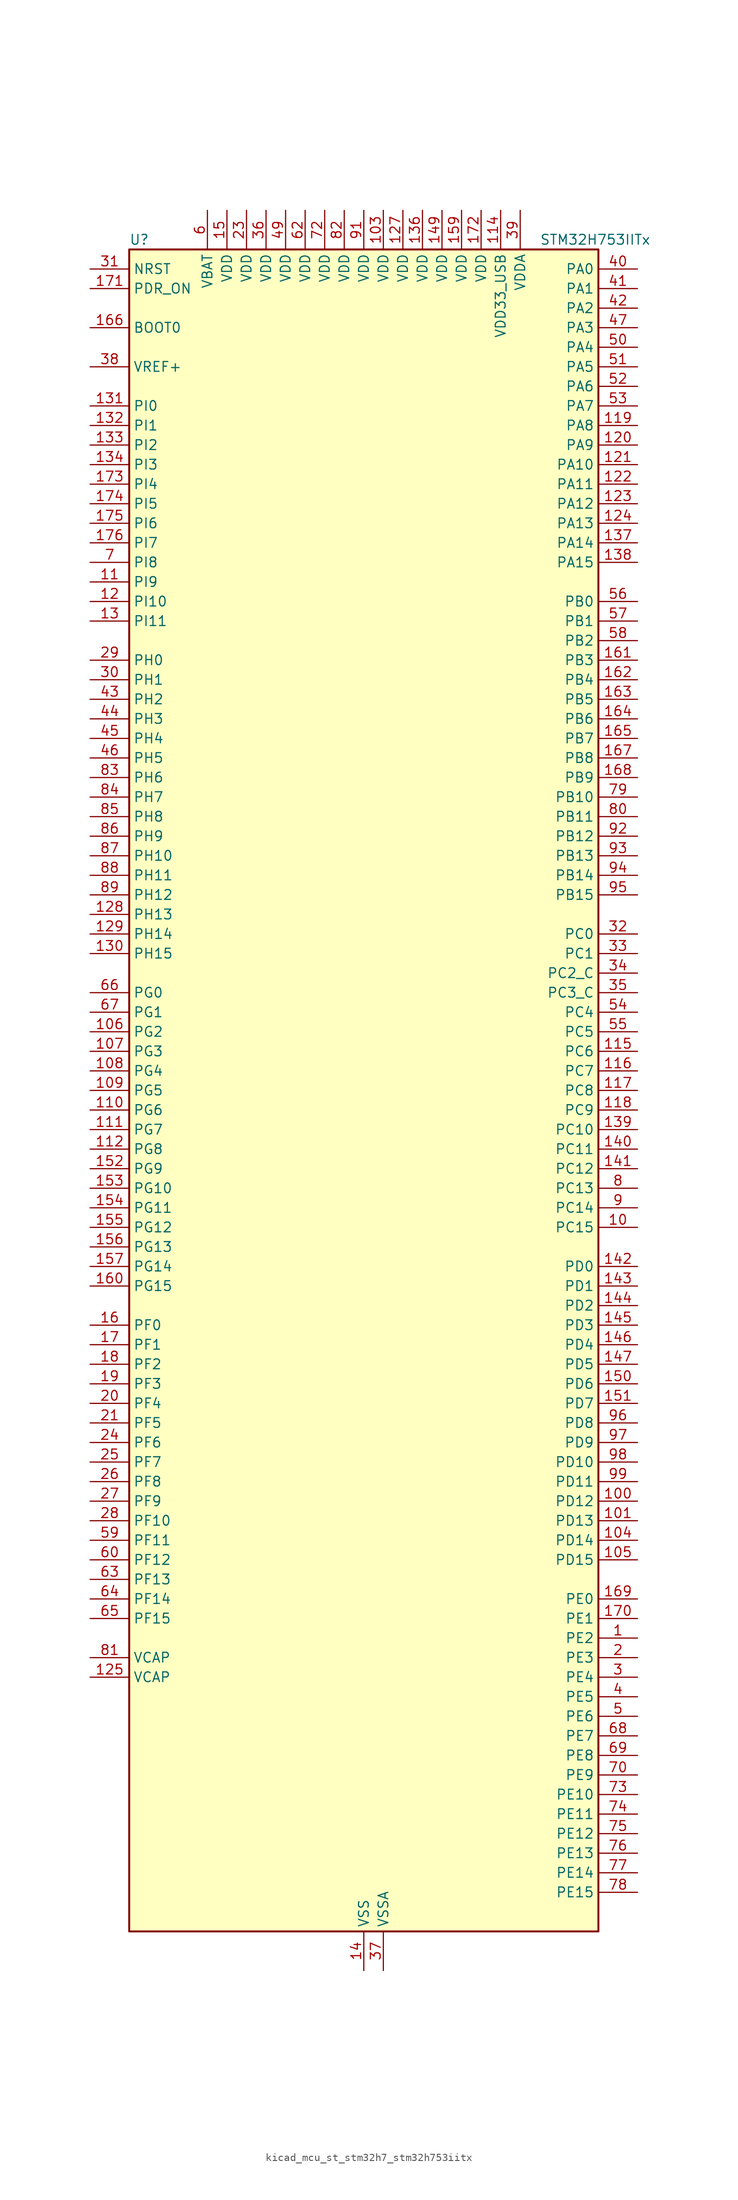
<source format=kicad_sym>
(kicad_symbol_lib
  (version 20220914)
  (generator kicad_symbol_editor)
  (symbol "kicad_mcu_st_stm32h7_stm32h753iitx"
    (property "Reference" "U"
      (at -30.48 110.49 0)
      (effects (font (size 1.27 1.27)) (justify left)))
    (property "Value" "STM32H753IITx"
      (at 22.86 110.49 0)
      (effects (font (size 1.27 1.27)) (justify left)))
    (property "ki_locked" ""
      (at 0 0 0)
      (effects (font (size 1.27 1.27))))
    (symbol "kicad_mcu_st_stm32h7_stm32h753iitx_0_1"
      (rectangle (start -30.48 -109.22) (end 30.48 109.22) (stroke (width 0.254) (type default)) (fill (type background))))
    (symbol "kicad_mcu_st_stm32h7_stm32h753iitx_1_1"
      (pin bidirectional line (at 35.56 -71.12 180) (length 5.08) (name "PE2" (effects (font (size 1.27 1.27)))) (number "1" (effects (font (size 1.27 1.27)))) (alternate "DEBUG_TRACECLK" bidirectional line) (alternate "ETH_TXD3" bidirectional line) (alternate "FMC_A23" bidirectional line) (alternate "QUADSPI_BK1_IO2" bidirectional line) (alternate "SAI1_CK1" bidirectional line) (alternate "SAI1_MCLK_A" bidirectional line) (alternate "SAI4_CK1" bidirectional line) (alternate "SAI4_MCLK_A" bidirectional line) (alternate "SPI4_SCK" bidirectional line))
      (pin bidirectional line (at 35.56 -17.78 180) (length 5.08) (name "PC15" (effects (font (size 1.27 1.27)))) (number "10" (effects (font (size 1.27 1.27)))) (alternate "ADC1_EXTI15" bidirectional line) (alternate "ADC2_EXTI15" bidirectional line) (alternate "ADC3_EXTI15" bidirectional line) (alternate "RCC_OSC32_OUT" bidirectional line))
      (pin bidirectional line (at 35.56 -53.34 180) (length 5.08) (name "PD12" (effects (font (size 1.27 1.27)))) (number "100" (effects (font (size 1.27 1.27)))) (alternate "FMC_A17" bidirectional line) (alternate "FMC_ALE" bidirectional line) (alternate "I2C4_SCL" bidirectional line) (alternate "LPTIM1_IN1" bidirectional line) (alternate "LPTIM2_IN1" bidirectional line) (alternate "QUADSPI_BK1_IO1" bidirectional line) (alternate "SAI2_FS_A" bidirectional line) (alternate "TIM4_CH1" bidirectional line) (alternate "USART3_DE" bidirectional line) (alternate "USART3_RTS" bidirectional line))
      (pin bidirectional line (at 35.56 -55.88 180) (length 5.08) (name "PD13" (effects (font (size 1.27 1.27)))) (number "101" (effects (font (size 1.27 1.27)))) (alternate "FMC_A18" bidirectional line) (alternate "I2C4_SDA" bidirectional line) (alternate "LPTIM1_OUT" bidirectional line) (alternate "QUADSPI_BK1_IO3" bidirectional line) (alternate "SAI2_SCK_A" bidirectional line) (alternate "TIM4_CH2" bidirectional line))
      (pin passive line (at 0 -114.3 90) (length 5.08) hide (name "VSS" (effects (font (size 1.27 1.27)))) (number "102" (effects (font (size 1.27 1.27)))))
      (pin power_in line (at 2.54 114.3 270) (length 5.08) (name "VDD" (effects (font (size 1.27 1.27)))) (number "103" (effects (font (size 1.27 1.27)))))
      (pin bidirectional line (at 35.56 -58.42 180) (length 5.08) (name "PD14" (effects (font (size 1.27 1.27)))) (number "104" (effects (font (size 1.27 1.27)))) (alternate "FMC_D0" bidirectional line) (alternate "FMC_DA0" bidirectional line) (alternate "SAI3_MCLK_B" bidirectional line) (alternate "TIM4_CH3" bidirectional line) (alternate "UART8_CTS" bidirectional line))
      (pin bidirectional line (at 35.56 -60.96 180) (length 5.08) (name "PD15" (effects (font (size 1.27 1.27)))) (number "105" (effects (font (size 1.27 1.27)))) (alternate "ADC1_EXTI15" bidirectional line) (alternate "ADC2_EXTI15" bidirectional line) (alternate "ADC3_EXTI15" bidirectional line) (alternate "FMC_D1" bidirectional line) (alternate "FMC_DA1" bidirectional line) (alternate "SAI3_MCLK_A" bidirectional line) (alternate "TIM4_CH4" bidirectional line) (alternate "UART8_DE" bidirectional line) (alternate "UART8_RTS" bidirectional line))
      (pin bidirectional line (at -35.56 7.62 0) (length 5.08) (name "PG2" (effects (font (size 1.27 1.27)))) (number "106" (effects (font (size 1.27 1.27)))) (alternate "FMC_A12" bidirectional line) (alternate "TIM8_BKIN" bidirectional line) (alternate "TIM8_BKIN_COMP1" bidirectional line) (alternate "TIM8_BKIN_COMP2" bidirectional line))
      (pin bidirectional line (at -35.56 5.08 0) (length 5.08) (name "PG3" (effects (font (size 1.27 1.27)))) (number "107" (effects (font (size 1.27 1.27)))) (alternate "FMC_A13" bidirectional line) (alternate "TIM8_BKIN2" bidirectional line) (alternate "TIM8_BKIN2_COMP1" bidirectional line) (alternate "TIM8_BKIN2_COMP2" bidirectional line))
      (pin bidirectional line (at -35.56 2.54 0) (length 5.08) (name "PG4" (effects (font (size 1.27 1.27)))) (number "108" (effects (font (size 1.27 1.27)))) (alternate "FMC_A14" bidirectional line) (alternate "FMC_BA0" bidirectional line) (alternate "TIM1_BKIN2" bidirectional line) (alternate "TIM1_BKIN2_COMP1" bidirectional line) (alternate "TIM1_BKIN2_COMP2" bidirectional line))
      (pin bidirectional line (at -35.56 0 0) (length 5.08) (name "PG5" (effects (font (size 1.27 1.27)))) (number "109" (effects (font (size 1.27 1.27)))) (alternate "FMC_A15" bidirectional line) (alternate "FMC_BA1" bidirectional line) (alternate "TIM1_ETR" bidirectional line))
      (pin bidirectional line (at -35.56 66.04 0) (length 5.08) (name "PI9" (effects (font (size 1.27 1.27)))) (number "11" (effects (font (size 1.27 1.27)))) (alternate "DAC1_EXTI9" bidirectional line) (alternate "FDCAN1_RX" bidirectional line) (alternate "FMC_D30" bidirectional line) (alternate "LTDC_VSYNC" bidirectional line) (alternate "UART4_RX" bidirectional line))
      (pin bidirectional line (at -35.56 -2.54 0) (length 5.08) (name "PG6" (effects (font (size 1.27 1.27)))) (number "110" (effects (font (size 1.27 1.27)))) (alternate "DCMI_D12" bidirectional line) (alternate "FMC_NE3" bidirectional line) (alternate "HRTIM_CHE1" bidirectional line) (alternate "LTDC_R7" bidirectional line) (alternate "QUADSPI_BK1_NCS" bidirectional line) (alternate "TIM17_BKIN" bidirectional line))
      (pin bidirectional line (at -35.56 -5.08 0) (length 5.08) (name "PG7" (effects (font (size 1.27 1.27)))) (number "111" (effects (font (size 1.27 1.27)))) (alternate "DCMI_D13" bidirectional line) (alternate "FMC_INT" bidirectional line) (alternate "HRTIM_CHE2" bidirectional line) (alternate "LTDC_CLK" bidirectional line) (alternate "SAI1_MCLK_A" bidirectional line) (alternate "USART6_CK" bidirectional line))
      (pin bidirectional line (at -35.56 -7.62 0) (length 5.08) (name "PG8" (effects (font (size 1.27 1.27)))) (number "112" (effects (font (size 1.27 1.27)))) (alternate "ETH_PPS_OUT" bidirectional line) (alternate "FMC_SDCLK" bidirectional line) (alternate "LTDC_G7" bidirectional line) (alternate "SPDIFRX1_IN2" bidirectional line) (alternate "SPI6_NSS" bidirectional line) (alternate "TIM8_ETR" bidirectional line) (alternate "USART6_DE" bidirectional line) (alternate "USART6_RTS" bidirectional line))
      (pin passive line (at 0 -114.3 90) (length 5.08) hide (name "VSS" (effects (font (size 1.27 1.27)))) (number "113" (effects (font (size 1.27 1.27)))))
      (pin power_in line (at 17.78 114.3 270) (length 5.08) (name "VDD33_USB" (effects (font (size 1.27 1.27)))) (number "114" (effects (font (size 1.27 1.27)))))
      (pin bidirectional line (at 35.56 5.08 180) (length 5.08) (name "PC6" (effects (font (size 1.27 1.27)))) (number "115" (effects (font (size 1.27 1.27)))) (alternate "DCMI_D0" bidirectional line) (alternate "DFSDM1_CKIN3" bidirectional line) (alternate "FMC_NWAIT" bidirectional line) (alternate "HRTIM_CHA1" bidirectional line) (alternate "I2S2_MCK" bidirectional line) (alternate "LTDC_HSYNC" bidirectional line) (alternate "SDMMC1_D0DIR" bidirectional line) (alternate "SDMMC1_D6" bidirectional line) (alternate "SDMMC2_D6" bidirectional line) (alternate "SWPMI1_IO" bidirectional line) (alternate "TIM3_CH1" bidirectional line) (alternate "TIM8_CH1" bidirectional line) (alternate "USART6_TX" bidirectional line))
      (pin bidirectional line (at 35.56 2.54 180) (length 5.08) (name "PC7" (effects (font (size 1.27 1.27)))) (number "116" (effects (font (size 1.27 1.27)))) (alternate "DCMI_D1" bidirectional line) (alternate "DEBUG_TRGIO" bidirectional line) (alternate "DFSDM1_DATIN3" bidirectional line) (alternate "FMC_NE1" bidirectional line) (alternate "HRTIM_CHA2" bidirectional line) (alternate "I2S3_MCK" bidirectional line) (alternate "LTDC_G6" bidirectional line) (alternate "SDMMC1_D123DIR" bidirectional line) (alternate "SDMMC1_D7" bidirectional line) (alternate "SDMMC2_D7" bidirectional line) (alternate "SWPMI1_TX" bidirectional line) (alternate "TIM3_CH2" bidirectional line) (alternate "TIM8_CH2" bidirectional line) (alternate "USART6_RX" bidirectional line))
      (pin bidirectional line (at 35.56 0 180) (length 5.08) (name "PC8" (effects (font (size 1.27 1.27)))) (number "117" (effects (font (size 1.27 1.27)))) (alternate "DCMI_D2" bidirectional line) (alternate "DEBUG_TRACED1" bidirectional line) (alternate "FMC_NCE" bidirectional line) (alternate "FMC_NE2" bidirectional line) (alternate "HRTIM_CHB1" bidirectional line) (alternate "SDMMC1_D0" bidirectional line) (alternate "SWPMI1_RX" bidirectional line) (alternate "TIM3_CH3" bidirectional line) (alternate "TIM8_CH3" bidirectional line) (alternate "UART5_DE" bidirectional line) (alternate "UART5_RTS" bidirectional line) (alternate "USART6_CK" bidirectional line))
      (pin bidirectional line (at 35.56 -2.54 180) (length 5.08) (name "PC9" (effects (font (size 1.27 1.27)))) (number "118" (effects (font (size 1.27 1.27)))) (alternate "DAC1_EXTI9" bidirectional line) (alternate "DCMI_D3" bidirectional line) (alternate "I2C3_SDA" bidirectional line) (alternate "I2S_CKIN" bidirectional line) (alternate "LTDC_B2" bidirectional line) (alternate "LTDC_G3" bidirectional line) (alternate "QUADSPI_BK1_IO0" bidirectional line) (alternate "RCC_MCO_2" bidirectional line) (alternate "SDMMC1_D1" bidirectional line) (alternate "SWPMI1_SUSPEND" bidirectional line) (alternate "TIM3_CH4" bidirectional line) (alternate "TIM8_CH4" bidirectional line) (alternate "UART5_CTS" bidirectional line))
      (pin bidirectional line (at 35.56 86.36 180) (length 5.08) (name "PA8" (effects (font (size 1.27 1.27)))) (number "119" (effects (font (size 1.27 1.27)))) (alternate "HRTIM_CHB2" bidirectional line) (alternate "I2C3_SCL" bidirectional line) (alternate "LTDC_B3" bidirectional line) (alternate "LTDC_R6" bidirectional line) (alternate "RCC_MCO_1" bidirectional line) (alternate "TIM1_CH1" bidirectional line) (alternate "TIM8_BKIN2" bidirectional line) (alternate "TIM8_BKIN2_COMP1" bidirectional line) (alternate "TIM8_BKIN2_COMP2" bidirectional line) (alternate "UART7_RX" bidirectional line) (alternate "USART1_CK" bidirectional line) (alternate "USB_OTG_FS_SOF" bidirectional line))
      (pin bidirectional line (at -35.56 63.5 0) (length 5.08) (name "PI10" (effects (font (size 1.27 1.27)))) (number "12" (effects (font (size 1.27 1.27)))) (alternate "ETH_RX_ER" bidirectional line) (alternate "FMC_D31" bidirectional line) (alternate "LTDC_HSYNC" bidirectional line))
      (pin bidirectional line (at 35.56 83.82 180) (length 5.08) (name "PA9" (effects (font (size 1.27 1.27)))) (number "120" (effects (font (size 1.27 1.27)))) (alternate "DAC1_EXTI9" bidirectional line) (alternate "DCMI_D0" bidirectional line) (alternate "HRTIM_CHC1" bidirectional line) (alternate "I2C3_SMBA" bidirectional line) (alternate "I2S2_CK" bidirectional line) (alternate "LPUART1_TX" bidirectional line) (alternate "LTDC_R5" bidirectional line) (alternate "SPI2_SCK" bidirectional line) (alternate "TIM1_CH2" bidirectional line) (alternate "USART1_TX" bidirectional line) (alternate "USB_OTG_FS_VBUS" bidirectional line))
      (pin bidirectional line (at 35.56 81.28 180) (length 5.08) (name "PA10" (effects (font (size 1.27 1.27)))) (number "121" (effects (font (size 1.27 1.27)))) (alternate "DCMI_D1" bidirectional line) (alternate "HRTIM_CHC2" bidirectional line) (alternate "LPUART1_RX" bidirectional line) (alternate "LTDC_B1" bidirectional line) (alternate "LTDC_B4" bidirectional line) (alternate "MDIOS_MDIO" bidirectional line) (alternate "TIM1_CH3" bidirectional line) (alternate "USART1_RX" bidirectional line) (alternate "USB_OTG_FS_ID" bidirectional line))
      (pin bidirectional line (at 35.56 78.74 180) (length 5.08) (name "PA11" (effects (font (size 1.27 1.27)))) (number "122" (effects (font (size 1.27 1.27)))) (alternate "ADC1_EXTI11" bidirectional line) (alternate "ADC2_EXTI11" bidirectional line) (alternate "ADC3_EXTI11" bidirectional line) (alternate "FDCAN1_RX" bidirectional line) (alternate "HRTIM_CHD1" bidirectional line) (alternate "I2S2_WS" bidirectional line) (alternate "LPUART1_CTS" bidirectional line) (alternate "LTDC_R4" bidirectional line) (alternate "SPI2_NSS" bidirectional line) (alternate "TIM1_CH4" bidirectional line) (alternate "UART4_RX" bidirectional line) (alternate "USART1_CTS" bidirectional line) (alternate "USART1_NSS" bidirectional line) (alternate "USB_OTG_FS_DM" bidirectional line))
      (pin bidirectional line (at 35.56 76.2 180) (length 5.08) (name "PA12" (effects (font (size 1.27 1.27)))) (number "123" (effects (font (size 1.27 1.27)))) (alternate "FDCAN1_TX" bidirectional line) (alternate "HRTIM_CHD2" bidirectional line) (alternate "I2S2_CK" bidirectional line) (alternate "LPUART1_DE" bidirectional line) (alternate "LPUART1_RTS" bidirectional line) (alternate "LTDC_R5" bidirectional line) (alternate "SAI2_FS_B" bidirectional line) (alternate "SPI2_SCK" bidirectional line) (alternate "TIM1_ETR" bidirectional line) (alternate "UART4_TX" bidirectional line) (alternate "USART1_DE" bidirectional line) (alternate "USART1_RTS" bidirectional line) (alternate "USB_OTG_FS_DP" bidirectional line))
      (pin bidirectional line (at 35.56 73.66 180) (length 5.08) (name "PA13" (effects (font (size 1.27 1.27)))) (number "124" (effects (font (size 1.27 1.27)))) (alternate "DEBUG_JTMS-SWDIO" bidirectional line))
      (pin power_out line (at -35.56 -76.2 0) (length 5.08) (name "VCAP" (effects (font (size 1.27 1.27)))) (number "125" (effects (font (size 1.27 1.27)))))
      (pin passive line (at 0 -114.3 90) (length 5.08) hide (name "VSS" (effects (font (size 1.27 1.27)))) (number "126" (effects (font (size 1.27 1.27)))))
      (pin power_in line (at 5.08 114.3 270) (length 5.08) (name "VDD" (effects (font (size 1.27 1.27)))) (number "127" (effects (font (size 1.27 1.27)))))
      (pin bidirectional line (at -35.56 22.86 0) (length 5.08) (name "PH13" (effects (font (size 1.27 1.27)))) (number "128" (effects (font (size 1.27 1.27)))) (alternate "FDCAN1_TX" bidirectional line) (alternate "FMC_D21" bidirectional line) (alternate "LTDC_G2" bidirectional line) (alternate "TIM8_CH1N" bidirectional line) (alternate "UART4_TX" bidirectional line))
      (pin bidirectional line (at -35.56 20.32 0) (length 5.08) (name "PH14" (effects (font (size 1.27 1.27)))) (number "129" (effects (font (size 1.27 1.27)))) (alternate "DCMI_D4" bidirectional line) (alternate "FDCAN1_RX" bidirectional line) (alternate "FMC_D22" bidirectional line) (alternate "LTDC_G3" bidirectional line) (alternate "TIM8_CH2N" bidirectional line) (alternate "UART4_RX" bidirectional line))
      (pin bidirectional line (at -35.56 60.96 0) (length 5.08) (name "PI11" (effects (font (size 1.27 1.27)))) (number "13" (effects (font (size 1.27 1.27)))) (alternate "ADC1_EXTI11" bidirectional line) (alternate "ADC2_EXTI11" bidirectional line) (alternate "ADC3_EXTI11" bidirectional line) (alternate "LTDC_G6" bidirectional line) (alternate "PWR_WKUP4" bidirectional line) (alternate "USB_OTG_HS_ULPI_DIR" bidirectional line))
      (pin bidirectional line (at -35.56 17.78 0) (length 5.08) (name "PH15" (effects (font (size 1.27 1.27)))) (number "130" (effects (font (size 1.27 1.27)))) (alternate "ADC1_EXTI15" bidirectional line) (alternate "ADC2_EXTI15" bidirectional line) (alternate "ADC3_EXTI15" bidirectional line) (alternate "DCMI_D11" bidirectional line) (alternate "FMC_D23" bidirectional line) (alternate "LTDC_G4" bidirectional line) (alternate "TIM8_CH3N" bidirectional line))
      (pin bidirectional line (at -35.56 88.9 0) (length 5.08) (name "PI0" (effects (font (size 1.27 1.27)))) (number "131" (effects (font (size 1.27 1.27)))) (alternate "DCMI_D13" bidirectional line) (alternate "FMC_D24" bidirectional line) (alternate "I2S2_WS" bidirectional line) (alternate "LTDC_G5" bidirectional line) (alternate "SPI2_NSS" bidirectional line) (alternate "TIM5_CH4" bidirectional line))
      (pin bidirectional line (at -35.56 86.36 0) (length 5.08) (name "PI1" (effects (font (size 1.27 1.27)))) (number "132" (effects (font (size 1.27 1.27)))) (alternate "DCMI_D8" bidirectional line) (alternate "FMC_D25" bidirectional line) (alternate "I2S2_CK" bidirectional line) (alternate "LTDC_G6" bidirectional line) (alternate "SPI2_SCK" bidirectional line) (alternate "TIM8_BKIN2" bidirectional line) (alternate "TIM8_BKIN2_COMP1" bidirectional line) (alternate "TIM8_BKIN2_COMP2" bidirectional line))
      (pin bidirectional line (at -35.56 83.82 0) (length 5.08) (name "PI2" (effects (font (size 1.27 1.27)))) (number "133" (effects (font (size 1.27 1.27)))) (alternate "DCMI_D9" bidirectional line) (alternate "FMC_D26" bidirectional line) (alternate "I2S2_SDI" bidirectional line) (alternate "LTDC_G7" bidirectional line) (alternate "SPI2_MISO" bidirectional line) (alternate "TIM8_CH4" bidirectional line))
      (pin bidirectional line (at -35.56 81.28 0) (length 5.08) (name "PI3" (effects (font (size 1.27 1.27)))) (number "134" (effects (font (size 1.27 1.27)))) (alternate "DCMI_D10" bidirectional line) (alternate "FMC_D27" bidirectional line) (alternate "I2S2_SDO" bidirectional line) (alternate "SPI2_MOSI" bidirectional line) (alternate "TIM8_ETR" bidirectional line))
      (pin passive line (at 0 -114.3 90) (length 5.08) hide (name "VSS" (effects (font (size 1.27 1.27)))) (number "135" (effects (font (size 1.27 1.27)))))
      (pin power_in line (at 7.62 114.3 270) (length 5.08) (name "VDD" (effects (font (size 1.27 1.27)))) (number "136" (effects (font (size 1.27 1.27)))))
      (pin bidirectional line (at 35.56 71.12 180) (length 5.08) (name "PA14" (effects (font (size 1.27 1.27)))) (number "137" (effects (font (size 1.27 1.27)))) (alternate "DEBUG_JTCK-SWCLK" bidirectional line))
      (pin bidirectional line (at 35.56 68.58 180) (length 5.08) (name "PA15" (effects (font (size 1.27 1.27)))) (number "138" (effects (font (size 1.27 1.27)))) (alternate "ADC1_EXTI15" bidirectional line) (alternate "ADC2_EXTI15" bidirectional line) (alternate "ADC3_EXTI15" bidirectional line) (alternate "CEC" bidirectional line) (alternate "DEBUG_JTDI" bidirectional line) (alternate "HRTIM_FLT1" bidirectional line) (alternate "I2S1_WS" bidirectional line) (alternate "I2S3_WS" bidirectional line) (alternate "SPI1_NSS" bidirectional line) (alternate "SPI3_NSS" bidirectional line) (alternate "SPI6_NSS" bidirectional line) (alternate "TIM2_CH1" bidirectional line) (alternate "TIM2_ETR" bidirectional line) (alternate "UART4_DE" bidirectional line) (alternate "UART4_RTS" bidirectional line) (alternate "UART7_TX" bidirectional line))
      (pin bidirectional line (at 35.56 -5.08 180) (length 5.08) (name "PC10" (effects (font (size 1.27 1.27)))) (number "139" (effects (font (size 1.27 1.27)))) (alternate "DCMI_D8" bidirectional line) (alternate "DFSDM1_CKIN5" bidirectional line) (alternate "HRTIM_EEV1" bidirectional line) (alternate "I2S3_CK" bidirectional line) (alternate "LTDC_R2" bidirectional line) (alternate "QUADSPI_BK1_IO1" bidirectional line) (alternate "SDMMC1_D2" bidirectional line) (alternate "SPI3_SCK" bidirectional line) (alternate "UART4_TX" bidirectional line) (alternate "USART3_TX" bidirectional line))
      (pin power_in line (at 0 -114.3 90) (length 5.08) (name "VSS" (effects (font (size 1.27 1.27)))) (number "14" (effects (font (size 1.27 1.27)))))
      (pin bidirectional line (at 35.56 -7.62 180) (length 5.08) (name "PC11" (effects (font (size 1.27 1.27)))) (number "140" (effects (font (size 1.27 1.27)))) (alternate "ADC1_EXTI11" bidirectional line) (alternate "ADC2_EXTI11" bidirectional line) (alternate "ADC3_EXTI11" bidirectional line) (alternate "DCMI_D4" bidirectional line) (alternate "DFSDM1_DATIN5" bidirectional line) (alternate "HRTIM_FLT2" bidirectional line) (alternate "I2S3_SDI" bidirectional line) (alternate "QUADSPI_BK2_NCS" bidirectional line) (alternate "SDMMC1_D3" bidirectional line) (alternate "SPI3_MISO" bidirectional line) (alternate "UART4_RX" bidirectional line) (alternate "USART3_RX" bidirectional line))
      (pin bidirectional line (at 35.56 -10.16 180) (length 5.08) (name "PC12" (effects (font (size 1.27 1.27)))) (number "141" (effects (font (size 1.27 1.27)))) (alternate "DCMI_D9" bidirectional line) (alternate "DEBUG_TRACED3" bidirectional line) (alternate "HRTIM_EEV2" bidirectional line) (alternate "I2S3_SDO" bidirectional line) (alternate "SDMMC1_CK" bidirectional line) (alternate "SPI3_MOSI" bidirectional line) (alternate "UART5_TX" bidirectional line) (alternate "USART3_CK" bidirectional line))
      (pin bidirectional line (at 35.56 -22.86 180) (length 5.08) (name "PD0" (effects (font (size 1.27 1.27)))) (number "142" (effects (font (size 1.27 1.27)))) (alternate "DFSDM1_CKIN6" bidirectional line) (alternate "FDCAN1_RX" bidirectional line) (alternate "FMC_D2" bidirectional line) (alternate "FMC_DA2" bidirectional line) (alternate "SAI3_SCK_A" bidirectional line) (alternate "UART4_RX" bidirectional line))
      (pin bidirectional line (at 35.56 -25.4 180) (length 5.08) (name "PD1" (effects (font (size 1.27 1.27)))) (number "143" (effects (font (size 1.27 1.27)))) (alternate "DFSDM1_DATIN6" bidirectional line) (alternate "FDCAN1_TX" bidirectional line) (alternate "FMC_D3" bidirectional line) (alternate "FMC_DA3" bidirectional line) (alternate "SAI3_SD_A" bidirectional line) (alternate "UART4_TX" bidirectional line))
      (pin bidirectional line (at 35.56 -27.94 180) (length 5.08) (name "PD2" (effects (font (size 1.27 1.27)))) (number "144" (effects (font (size 1.27 1.27)))) (alternate "DCMI_D11" bidirectional line) (alternate "DEBUG_TRACED2" bidirectional line) (alternate "SDMMC1_CMD" bidirectional line) (alternate "TIM3_ETR" bidirectional line) (alternate "UART5_RX" bidirectional line))
      (pin bidirectional line (at 35.56 -30.48 180) (length 5.08) (name "PD3" (effects (font (size 1.27 1.27)))) (number "145" (effects (font (size 1.27 1.27)))) (alternate "DCMI_D5" bidirectional line) (alternate "DFSDM1_CKOUT" bidirectional line) (alternate "FMC_CLK" bidirectional line) (alternate "I2S2_CK" bidirectional line) (alternate "LTDC_G7" bidirectional line) (alternate "SPI2_SCK" bidirectional line) (alternate "USART2_CTS" bidirectional line) (alternate "USART2_NSS" bidirectional line))
      (pin bidirectional line (at 35.56 -33.02 180) (length 5.08) (name "PD4" (effects (font (size 1.27 1.27)))) (number "146" (effects (font (size 1.27 1.27)))) (alternate "FMC_NOE" bidirectional line) (alternate "HRTIM_FLT3" bidirectional line) (alternate "SAI3_FS_A" bidirectional line) (alternate "USART2_DE" bidirectional line) (alternate "USART2_RTS" bidirectional line))
      (pin bidirectional line (at 35.56 -35.56 180) (length 5.08) (name "PD5" (effects (font (size 1.27 1.27)))) (number "147" (effects (font (size 1.27 1.27)))) (alternate "FMC_NWE" bidirectional line) (alternate "HRTIM_EEV3" bidirectional line) (alternate "USART2_TX" bidirectional line))
      (pin passive line (at 0 -114.3 90) (length 5.08) hide (name "VSS" (effects (font (size 1.27 1.27)))) (number "148" (effects (font (size 1.27 1.27)))))
      (pin power_in line (at 10.16 114.3 270) (length 5.08) (name "VDD" (effects (font (size 1.27 1.27)))) (number "149" (effects (font (size 1.27 1.27)))))
      (pin power_in line (at -17.78 114.3 270) (length 5.08) (name "VDD" (effects (font (size 1.27 1.27)))) (number "15" (effects (font (size 1.27 1.27)))))
      (pin bidirectional line (at 35.56 -38.1 180) (length 5.08) (name "PD6" (effects (font (size 1.27 1.27)))) (number "150" (effects (font (size 1.27 1.27)))) (alternate "DCMI_D10" bidirectional line) (alternate "DFSDM1_CKIN4" bidirectional line) (alternate "DFSDM1_DATIN1" bidirectional line) (alternate "FMC_NWAIT" bidirectional line) (alternate "I2S3_SDO" bidirectional line) (alternate "LTDC_B2" bidirectional line) (alternate "SAI1_D1" bidirectional line) (alternate "SAI1_SD_A" bidirectional line) (alternate "SAI4_D1" bidirectional line) (alternate "SAI4_SD_A" bidirectional line) (alternate "SDMMC2_CK" bidirectional line) (alternate "SPI3_MOSI" bidirectional line) (alternate "USART2_RX" bidirectional line))
      (pin bidirectional line (at 35.56 -40.64 180) (length 5.08) (name "PD7" (effects (font (size 1.27 1.27)))) (number "151" (effects (font (size 1.27 1.27)))) (alternate "DFSDM1_CKIN1" bidirectional line) (alternate "DFSDM1_DATIN4" bidirectional line) (alternate "FMC_NE1" bidirectional line) (alternate "I2S1_SDO" bidirectional line) (alternate "SDMMC2_CMD" bidirectional line) (alternate "SPDIFRX1_IN0" bidirectional line) (alternate "SPI1_MOSI" bidirectional line) (alternate "USART2_CK" bidirectional line))
      (pin bidirectional line (at -35.56 -10.16 0) (length 5.08) (name "PG9" (effects (font (size 1.27 1.27)))) (number "152" (effects (font (size 1.27 1.27)))) (alternate "DAC1_EXTI9" bidirectional line) (alternate "DCMI_VSYNC" bidirectional line) (alternate "FMC_NCE" bidirectional line) (alternate "FMC_NE2" bidirectional line) (alternate "I2S1_SDI" bidirectional line) (alternate "QUADSPI_BK2_IO2" bidirectional line) (alternate "SAI2_FS_B" bidirectional line) (alternate "SPDIFRX1_IN3" bidirectional line) (alternate "SPI1_MISO" bidirectional line) (alternate "USART6_RX" bidirectional line))
      (pin bidirectional line (at -35.56 -12.7 0) (length 5.08) (name "PG10" (effects (font (size 1.27 1.27)))) (number "153" (effects (font (size 1.27 1.27)))) (alternate "DCMI_D2" bidirectional line) (alternate "FMC_NE3" bidirectional line) (alternate "HRTIM_FLT5" bidirectional line) (alternate "I2S1_WS" bidirectional line) (alternate "LTDC_B2" bidirectional line) (alternate "LTDC_G3" bidirectional line) (alternate "SAI2_SD_B" bidirectional line) (alternate "SPI1_NSS" bidirectional line))
      (pin bidirectional line (at -35.56 -15.24 0) (length 5.08) (name "PG11" (effects (font (size 1.27 1.27)))) (number "154" (effects (font (size 1.27 1.27)))) (alternate "ADC1_EXTI11" bidirectional line) (alternate "ADC2_EXTI11" bidirectional line) (alternate "ADC3_EXTI11" bidirectional line) (alternate "DCMI_D3" bidirectional line) (alternate "ETH_TX_EN" bidirectional line) (alternate "HRTIM_EEV4" bidirectional line) (alternate "I2S1_CK" bidirectional line) (alternate "LPTIM1_IN2" bidirectional line) (alternate "LTDC_B3" bidirectional line) (alternate "SDMMC2_D2" bidirectional line) (alternate "SPDIFRX1_IN0" bidirectional line) (alternate "SPI1_SCK" bidirectional line))
      (pin bidirectional line (at -35.56 -17.78 0) (length 5.08) (name "PG12" (effects (font (size 1.27 1.27)))) (number "155" (effects (font (size 1.27 1.27)))) (alternate "ETH_TXD1" bidirectional line) (alternate "FMC_NE4" bidirectional line) (alternate "HRTIM_EEV5" bidirectional line) (alternate "LPTIM1_IN1" bidirectional line) (alternate "LTDC_B1" bidirectional line) (alternate "LTDC_B4" bidirectional line) (alternate "SPDIFRX1_IN1" bidirectional line) (alternate "SPI6_MISO" bidirectional line) (alternate "USART6_DE" bidirectional line) (alternate "USART6_RTS" bidirectional line))
      (pin bidirectional line (at -35.56 -20.32 0) (length 5.08) (name "PG13" (effects (font (size 1.27 1.27)))) (number "156" (effects (font (size 1.27 1.27)))) (alternate "DEBUG_TRACED0" bidirectional line) (alternate "ETH_TXD0" bidirectional line) (alternate "FMC_A24" bidirectional line) (alternate "HRTIM_EEV10" bidirectional line) (alternate "LPTIM1_OUT" bidirectional line) (alternate "LTDC_R0" bidirectional line) (alternate "SPI6_SCK" bidirectional line) (alternate "USART6_CTS" bidirectional line) (alternate "USART6_NSS" bidirectional line))
      (pin bidirectional line (at -35.56 -22.86 0) (length 5.08) (name "PG14" (effects (font (size 1.27 1.27)))) (number "157" (effects (font (size 1.27 1.27)))) (alternate "DEBUG_TRACED1" bidirectional line) (alternate "ETH_TXD1" bidirectional line) (alternate "FMC_A25" bidirectional line) (alternate "LPTIM1_ETR" bidirectional line) (alternate "LTDC_B0" bidirectional line) (alternate "QUADSPI_BK2_IO3" bidirectional line) (alternate "SPI6_MOSI" bidirectional line) (alternate "USART6_TX" bidirectional line))
      (pin passive line (at 0 -114.3 90) (length 5.08) hide (name "VSS" (effects (font (size 1.27 1.27)))) (number "158" (effects (font (size 1.27 1.27)))))
      (pin power_in line (at 12.7 114.3 270) (length 5.08) (name "VDD" (effects (font (size 1.27 1.27)))) (number "159" (effects (font (size 1.27 1.27)))))
      (pin bidirectional line (at -35.56 -30.48 0) (length 5.08) (name "PF0" (effects (font (size 1.27 1.27)))) (number "16" (effects (font (size 1.27 1.27)))) (alternate "FMC_A0" bidirectional line) (alternate "I2C2_SDA" bidirectional line))
      (pin bidirectional line (at -35.56 -25.4 0) (length 5.08) (name "PG15" (effects (font (size 1.27 1.27)))) (number "160" (effects (font (size 1.27 1.27)))) (alternate "ADC1_EXTI15" bidirectional line) (alternate "ADC2_EXTI15" bidirectional line) (alternate "ADC3_EXTI15" bidirectional line) (alternate "DCMI_D13" bidirectional line) (alternate "FMC_SDNCAS" bidirectional line) (alternate "USART6_CTS" bidirectional line) (alternate "USART6_NSS" bidirectional line))
      (pin bidirectional line (at 35.56 55.88 180) (length 5.08) (name "PB3" (effects (font (size 1.27 1.27)))) (number "161" (effects (font (size 1.27 1.27)))) (alternate "CRS_SYNC" bidirectional line) (alternate "DEBUG_JTDO-SWO" bidirectional line) (alternate "HRTIM_FLT4" bidirectional line) (alternate "I2S1_CK" bidirectional line) (alternate "I2S3_CK" bidirectional line) (alternate "SDMMC2_D2" bidirectional line) (alternate "SPI1_SCK" bidirectional line) (alternate "SPI3_SCK" bidirectional line) (alternate "SPI6_SCK" bidirectional line) (alternate "TIM2_CH2" bidirectional line) (alternate "UART7_RX" bidirectional line))
      (pin bidirectional line (at 35.56 53.34 180) (length 5.08) (name "PB4" (effects (font (size 1.27 1.27)))) (number "162" (effects (font (size 1.27 1.27)))) (alternate "DEBUG_JTRST" bidirectional line) (alternate "HRTIM_EEV6" bidirectional line) (alternate "I2S1_SDI" bidirectional line) (alternate "I2S2_WS" bidirectional line) (alternate "I2S3_SDI" bidirectional line) (alternate "SDMMC2_D3" bidirectional line) (alternate "SPI1_MISO" bidirectional line) (alternate "SPI2_NSS" bidirectional line) (alternate "SPI3_MISO" bidirectional line) (alternate "SPI6_MISO" bidirectional line) (alternate "TIM16_BKIN" bidirectional line) (alternate "TIM3_CH1" bidirectional line) (alternate "UART7_TX" bidirectional line))
      (pin bidirectional line (at 35.56 50.8 180) (length 5.08) (name "PB5" (effects (font (size 1.27 1.27)))) (number "163" (effects (font (size 1.27 1.27)))) (alternate "DCMI_D10" bidirectional line) (alternate "ETH_PPS_OUT" bidirectional line) (alternate "FDCAN2_RX" bidirectional line) (alternate "FMC_SDCKE1" bidirectional line) (alternate "HRTIM_EEV7" bidirectional line) (alternate "I2C1_SMBA" bidirectional line) (alternate "I2C4_SMBA" bidirectional line) (alternate "I2S1_SDO" bidirectional line) (alternate "I2S3_SDO" bidirectional line) (alternate "SPI1_MOSI" bidirectional line) (alternate "SPI3_MOSI" bidirectional line) (alternate "SPI6_MOSI" bidirectional line) (alternate "TIM17_BKIN" bidirectional line) (alternate "TIM3_CH2" bidirectional line) (alternate "UART5_RX" bidirectional line) (alternate "USB_OTG_HS_ULPI_D7" bidirectional line))
      (pin bidirectional line (at 35.56 48.26 180) (length 5.08) (name "PB6" (effects (font (size 1.27 1.27)))) (number "164" (effects (font (size 1.27 1.27)))) (alternate "CEC" bidirectional line) (alternate "DCMI_D5" bidirectional line) (alternate "DFSDM1_DATIN5" bidirectional line) (alternate "FDCAN2_TX" bidirectional line) (alternate "FMC_SDNE1" bidirectional line) (alternate "HRTIM_EEV8" bidirectional line) (alternate "I2C1_SCL" bidirectional line) (alternate "I2C4_SCL" bidirectional line) (alternate "LPUART1_TX" bidirectional line) (alternate "QUADSPI_BK1_NCS" bidirectional line) (alternate "TIM16_CH1N" bidirectional line) (alternate "TIM4_CH1" bidirectional line) (alternate "UART5_TX" bidirectional line) (alternate "USART1_TX" bidirectional line))
      (pin bidirectional line (at 35.56 45.72 180) (length 5.08) (name "PB7" (effects (font (size 1.27 1.27)))) (number "165" (effects (font (size 1.27 1.27)))) (alternate "DCMI_VSYNC" bidirectional line) (alternate "DFSDM1_CKIN5" bidirectional line) (alternate "FMC_NL" bidirectional line) (alternate "HRTIM_EEV9" bidirectional line) (alternate "I2C1_SDA" bidirectional line) (alternate "I2C4_SDA" bidirectional line) (alternate "LPUART1_RX" bidirectional line) (alternate "PWR_PVD_IN" bidirectional line) (alternate "TIM17_CH1N" bidirectional line) (alternate "TIM4_CH2" bidirectional line) (alternate "USART1_RX" bidirectional line))
      (pin input line (at -35.56 99.06 0) (length 5.08) (name "BOOT0" (effects (font (size 1.27 1.27)))) (number "166" (effects (font (size 1.27 1.27)))))
      (pin bidirectional line (at 35.56 43.18 180) (length 5.08) (name "PB8" (effects (font (size 1.27 1.27)))) (number "167" (effects (font (size 1.27 1.27)))) (alternate "DCMI_D6" bidirectional line) (alternate "DFSDM1_CKIN7" bidirectional line) (alternate "ETH_TXD3" bidirectional line) (alternate "FDCAN1_RX" bidirectional line) (alternate "I2C1_SCL" bidirectional line) (alternate "I2C4_SCL" bidirectional line) (alternate "LTDC_B6" bidirectional line) (alternate "SDMMC1_CKIN" bidirectional line) (alternate "SDMMC1_D4" bidirectional line) (alternate "SDMMC2_D4" bidirectional line) (alternate "TIM16_CH1" bidirectional line) (alternate "TIM4_CH3" bidirectional line) (alternate "UART4_RX" bidirectional line))
      (pin bidirectional line (at 35.56 40.64 180) (length 5.08) (name "PB9" (effects (font (size 1.27 1.27)))) (number "168" (effects (font (size 1.27 1.27)))) (alternate "DAC1_EXTI9" bidirectional line) (alternate "DCMI_D7" bidirectional line) (alternate "DFSDM1_DATIN7" bidirectional line) (alternate "FDCAN1_TX" bidirectional line) (alternate "I2C1_SDA" bidirectional line) (alternate "I2C4_SDA" bidirectional line) (alternate "I2C4_SMBA" bidirectional line) (alternate "I2S2_WS" bidirectional line) (alternate "LTDC_B7" bidirectional line) (alternate "SDMMC1_CDIR" bidirectional line) (alternate "SDMMC1_D5" bidirectional line) (alternate "SDMMC2_D5" bidirectional line) (alternate "SPI2_NSS" bidirectional line) (alternate "TIM17_CH1" bidirectional line) (alternate "TIM4_CH4" bidirectional line) (alternate "UART4_TX" bidirectional line))
      (pin bidirectional line (at 35.56 -66.04 180) (length 5.08) (name "PE0" (effects (font (size 1.27 1.27)))) (number "169" (effects (font (size 1.27 1.27)))) (alternate "DCMI_D2" bidirectional line) (alternate "FMC_NBL0" bidirectional line) (alternate "HRTIM_SCIN" bidirectional line) (alternate "LPTIM1_ETR" bidirectional line) (alternate "LPTIM2_ETR" bidirectional line) (alternate "SAI2_MCLK_A" bidirectional line) (alternate "TIM4_ETR" bidirectional line) (alternate "UART8_RX" bidirectional line))
      (pin bidirectional line (at -35.56 -33.02 0) (length 5.08) (name "PF1" (effects (font (size 1.27 1.27)))) (number "17" (effects (font (size 1.27 1.27)))) (alternate "FMC_A1" bidirectional line) (alternate "I2C2_SCL" bidirectional line))
      (pin bidirectional line (at 35.56 -68.58 180) (length 5.08) (name "PE1" (effects (font (size 1.27 1.27)))) (number "170" (effects (font (size 1.27 1.27)))) (alternate "DCMI_D3" bidirectional line) (alternate "FMC_NBL1" bidirectional line) (alternate "HRTIM_SCOUT" bidirectional line) (alternate "LPTIM1_IN2" bidirectional line) (alternate "UART8_TX" bidirectional line))
      (pin input line (at -35.56 104.14 0) (length 5.08) (name "PDR_ON" (effects (font (size 1.27 1.27)))) (number "171" (effects (font (size 1.27 1.27)))))
      (pin power_in line (at 15.24 114.3 270) (length 5.08) (name "VDD" (effects (font (size 1.27 1.27)))) (number "172" (effects (font (size 1.27 1.27)))))
      (pin bidirectional line (at -35.56 78.74 0) (length 5.08) (name "PI4" (effects (font (size 1.27 1.27)))) (number "173" (effects (font (size 1.27 1.27)))) (alternate "DCMI_D5" bidirectional line) (alternate "FMC_NBL2" bidirectional line) (alternate "LTDC_B4" bidirectional line) (alternate "SAI2_MCLK_A" bidirectional line) (alternate "TIM8_BKIN" bidirectional line) (alternate "TIM8_BKIN_COMP1" bidirectional line) (alternate "TIM8_BKIN_COMP2" bidirectional line))
      (pin bidirectional line (at -35.56 76.2 0) (length 5.08) (name "PI5" (effects (font (size 1.27 1.27)))) (number "174" (effects (font (size 1.27 1.27)))) (alternate "DCMI_VSYNC" bidirectional line) (alternate "FMC_NBL3" bidirectional line) (alternate "LTDC_B5" bidirectional line) (alternate "SAI2_SCK_A" bidirectional line) (alternate "TIM8_CH1" bidirectional line))
      (pin bidirectional line (at -35.56 73.66 0) (length 5.08) (name "PI6" (effects (font (size 1.27 1.27)))) (number "175" (effects (font (size 1.27 1.27)))) (alternate "DCMI_D6" bidirectional line) (alternate "FMC_D28" bidirectional line) (alternate "LTDC_B6" bidirectional line) (alternate "SAI2_SD_A" bidirectional line) (alternate "TIM8_CH2" bidirectional line))
      (pin bidirectional line (at -35.56 71.12 0) (length 5.08) (name "PI7" (effects (font (size 1.27 1.27)))) (number "176" (effects (font (size 1.27 1.27)))) (alternate "DCMI_D7" bidirectional line) (alternate "FMC_D29" bidirectional line) (alternate "LTDC_B7" bidirectional line) (alternate "SAI2_FS_A" bidirectional line) (alternate "TIM8_CH3" bidirectional line))
      (pin bidirectional line (at -35.56 -35.56 0) (length 5.08) (name "PF2" (effects (font (size 1.27 1.27)))) (number "18" (effects (font (size 1.27 1.27)))) (alternate "FMC_A2" bidirectional line) (alternate "I2C2_SMBA" bidirectional line))
      (pin bidirectional line (at -35.56 -38.1 0) (length 5.08) (name "PF3" (effects (font (size 1.27 1.27)))) (number "19" (effects (font (size 1.27 1.27)))) (alternate "ADC3_INP5" bidirectional line) (alternate "FMC_A3" bidirectional line))
      (pin bidirectional line (at 35.56 -73.66 180) (length 5.08) (name "PE3" (effects (font (size 1.27 1.27)))) (number "2" (effects (font (size 1.27 1.27)))) (alternate "DEBUG_TRACED0" bidirectional line) (alternate "FMC_A19" bidirectional line) (alternate "SAI1_SD_B" bidirectional line) (alternate "SAI4_SD_B" bidirectional line) (alternate "TIM15_BKIN" bidirectional line))
      (pin bidirectional line (at -35.56 -40.64 0) (length 5.08) (name "PF4" (effects (font (size 1.27 1.27)))) (number "20" (effects (font (size 1.27 1.27)))) (alternate "ADC3_INN5" bidirectional line) (alternate "ADC3_INP9" bidirectional line) (alternate "FMC_A4" bidirectional line))
      (pin bidirectional line (at -35.56 -43.18 0) (length 5.08) (name "PF5" (effects (font (size 1.27 1.27)))) (number "21" (effects (font (size 1.27 1.27)))) (alternate "ADC3_INP4" bidirectional line) (alternate "FMC_A5" bidirectional line))
      (pin passive line (at 0 -114.3 90) (length 5.08) hide (name "VSS" (effects (font (size 1.27 1.27)))) (number "22" (effects (font (size 1.27 1.27)))))
      (pin power_in line (at -15.24 114.3 270) (length 5.08) (name "VDD" (effects (font (size 1.27 1.27)))) (number "23" (effects (font (size 1.27 1.27)))))
      (pin bidirectional line (at -35.56 -45.72 0) (length 5.08) (name "PF6" (effects (font (size 1.27 1.27)))) (number "24" (effects (font (size 1.27 1.27)))) (alternate "ADC3_INN4" bidirectional line) (alternate "ADC3_INP8" bidirectional line) (alternate "QUADSPI_BK1_IO3" bidirectional line) (alternate "SAI1_SD_B" bidirectional line) (alternate "SAI4_SD_B" bidirectional line) (alternate "SPI5_NSS" bidirectional line) (alternate "TIM16_CH1" bidirectional line) (alternate "UART7_RX" bidirectional line))
      (pin bidirectional line (at -35.56 -48.26 0) (length 5.08) (name "PF7" (effects (font (size 1.27 1.27)))) (number "25" (effects (font (size 1.27 1.27)))) (alternate "ADC3_INP3" bidirectional line) (alternate "QUADSPI_BK1_IO2" bidirectional line) (alternate "SAI1_MCLK_B" bidirectional line) (alternate "SAI4_MCLK_B" bidirectional line) (alternate "SPI5_SCK" bidirectional line) (alternate "TIM17_CH1" bidirectional line) (alternate "UART7_TX" bidirectional line))
      (pin bidirectional line (at -35.56 -50.8 0) (length 5.08) (name "PF8" (effects (font (size 1.27 1.27)))) (number "26" (effects (font (size 1.27 1.27)))) (alternate "ADC3_INN3" bidirectional line) (alternate "ADC3_INP7" bidirectional line) (alternate "QUADSPI_BK1_IO0" bidirectional line) (alternate "SAI1_SCK_B" bidirectional line) (alternate "SAI4_SCK_B" bidirectional line) (alternate "SPI5_MISO" bidirectional line) (alternate "TIM13_CH1" bidirectional line) (alternate "TIM16_CH1N" bidirectional line) (alternate "UART7_DE" bidirectional line) (alternate "UART7_RTS" bidirectional line))
      (pin bidirectional line (at -35.56 -53.34 0) (length 5.08) (name "PF9" (effects (font (size 1.27 1.27)))) (number "27" (effects (font (size 1.27 1.27)))) (alternate "ADC3_INP2" bidirectional line) (alternate "DAC1_EXTI9" bidirectional line) (alternate "QUADSPI_BK1_IO1" bidirectional line) (alternate "SAI1_FS_B" bidirectional line) (alternate "SAI4_FS_B" bidirectional line) (alternate "SPI5_MOSI" bidirectional line) (alternate "TIM14_CH1" bidirectional line) (alternate "TIM17_CH1N" bidirectional line) (alternate "UART7_CTS" bidirectional line))
      (pin bidirectional line (at -35.56 -55.88 0) (length 5.08) (name "PF10" (effects (font (size 1.27 1.27)))) (number "28" (effects (font (size 1.27 1.27)))) (alternate "ADC3_INN2" bidirectional line) (alternate "ADC3_INP6" bidirectional line) (alternate "DCMI_D11" bidirectional line) (alternate "LTDC_DE" bidirectional line) (alternate "QUADSPI_CLK" bidirectional line) (alternate "SAI1_D3" bidirectional line) (alternate "SAI4_D3" bidirectional line) (alternate "TIM16_BKIN" bidirectional line))
      (pin bidirectional line (at -35.56 55.88 0) (length 5.08) (name "PH0" (effects (font (size 1.27 1.27)))) (number "29" (effects (font (size 1.27 1.27)))) (alternate "RCC_OSC_IN" bidirectional line))
      (pin bidirectional line (at 35.56 -76.2 180) (length 5.08) (name "PE4" (effects (font (size 1.27 1.27)))) (number "3" (effects (font (size 1.27 1.27)))) (alternate "DCMI_D4" bidirectional line) (alternate "DEBUG_TRACED1" bidirectional line) (alternate "DFSDM1_DATIN3" bidirectional line) (alternate "FMC_A20" bidirectional line) (alternate "LTDC_B0" bidirectional line) (alternate "SAI1_D2" bidirectional line) (alternate "SAI1_FS_A" bidirectional line) (alternate "SAI4_D2" bidirectional line) (alternate "SAI4_FS_A" bidirectional line) (alternate "SPI4_NSS" bidirectional line) (alternate "TIM15_CH1N" bidirectional line))
      (pin bidirectional line (at -35.56 53.34 0) (length 5.08) (name "PH1" (effects (font (size 1.27 1.27)))) (number "30" (effects (font (size 1.27 1.27)))) (alternate "RCC_OSC_OUT" bidirectional line))
      (pin input line (at -35.56 106.68 0) (length 5.08) (name "NRST" (effects (font (size 1.27 1.27)))) (number "31" (effects (font (size 1.27 1.27)))))
      (pin bidirectional line (at 35.56 20.32 180) (length 5.08) (name "PC0" (effects (font (size 1.27 1.27)))) (number "32" (effects (font (size 1.27 1.27)))) (alternate "ADC1_INP10" bidirectional line) (alternate "ADC2_INP10" bidirectional line) (alternate "ADC3_INP10" bidirectional line) (alternate "DFSDM1_CKIN0" bidirectional line) (alternate "DFSDM1_DATIN4" bidirectional line) (alternate "FMC_SDNWE" bidirectional line) (alternate "LTDC_R5" bidirectional line) (alternate "SAI2_FS_B" bidirectional line) (alternate "USB_OTG_HS_ULPI_STP" bidirectional line))
      (pin bidirectional line (at 35.56 17.78 180) (length 5.08) (name "PC1" (effects (font (size 1.27 1.27)))) (number "33" (effects (font (size 1.27 1.27)))) (alternate "ADC1_INN10" bidirectional line) (alternate "ADC1_INP11" bidirectional line) (alternate "ADC2_INN10" bidirectional line) (alternate "ADC2_INP11" bidirectional line) (alternate "ADC3_INN10" bidirectional line) (alternate "ADC3_INP11" bidirectional line) (alternate "DEBUG_TRACED0" bidirectional line) (alternate "DFSDM1_CKIN4" bidirectional line) (alternate "DFSDM1_DATIN0" bidirectional line) (alternate "ETH_MDC" bidirectional line) (alternate "I2S2_SDO" bidirectional line) (alternate "MDIOS_MDC" bidirectional line) (alternate "PWR_WKUP5" bidirectional line) (alternate "RTC_TAMP3" bidirectional line) (alternate "SAI1_D1" bidirectional line) (alternate "SAI1_SD_A" bidirectional line) (alternate "SAI4_D1" bidirectional line) (alternate "SAI4_SD_A" bidirectional line) (alternate "SDMMC2_CK" bidirectional line) (alternate "SPI2_MOSI" bidirectional line))
      (pin bidirectional line (at 35.56 15.24 180) (length 5.08) (name "PC2_C" (effects (font (size 1.27 1.27)))) (number "34" (effects (font (size 1.27 1.27)))) (alternate "ADC3_INN1" bidirectional line) (alternate "ADC3_INP0" bidirectional line) (alternate "DFSDM1_CKIN1" bidirectional line) (alternate "DFSDM1_CKOUT" bidirectional line) (alternate "ETH_TXD2" bidirectional line) (alternate "FMC_SDNE0" bidirectional line) (alternate "I2S2_SDI" bidirectional line) (alternate "PWR_CSTOP" bidirectional line) (alternate "SPI2_MISO" bidirectional line) (alternate "USB_OTG_HS_ULPI_DIR" bidirectional line))
      (pin bidirectional line (at 35.56 12.7 180) (length 5.08) (name "PC3_C" (effects (font (size 1.27 1.27)))) (number "35" (effects (font (size 1.27 1.27)))) (alternate "ADC3_INP1" bidirectional line) (alternate "DFSDM1_DATIN1" bidirectional line) (alternate "ETH_TX_CLK" bidirectional line) (alternate "FMC_SDCKE0" bidirectional line) (alternate "I2S2_SDO" bidirectional line) (alternate "PWR_CSLEEP" bidirectional line) (alternate "SPI2_MOSI" bidirectional line) (alternate "USB_OTG_HS_ULPI_NXT" bidirectional line))
      (pin power_in line (at -12.7 114.3 270) (length 5.08) (name "VDD" (effects (font (size 1.27 1.27)))) (number "36" (effects (font (size 1.27 1.27)))))
      (pin power_in line (at 2.54 -114.3 90) (length 5.08) (name "VSSA" (effects (font (size 1.27 1.27)))) (number "37" (effects (font (size 1.27 1.27)))))
      (pin input line (at -35.56 93.98 0) (length 5.08) (name "VREF+" (effects (font (size 1.27 1.27)))) (number "38" (effects (font (size 1.27 1.27)))) (alternate "VREFBUF_OUT" bidirectional line))
      (pin power_in line (at 20.32 114.3 270) (length 5.08) (name "VDDA" (effects (font (size 1.27 1.27)))) (number "39" (effects (font (size 1.27 1.27)))))
      (pin bidirectional line (at 35.56 -78.74 180) (length 5.08) (name "PE5" (effects (font (size 1.27 1.27)))) (number "4" (effects (font (size 1.27 1.27)))) (alternate "DCMI_D6" bidirectional line) (alternate "DEBUG_TRACED2" bidirectional line) (alternate "DFSDM1_CKIN3" bidirectional line) (alternate "FMC_A21" bidirectional line) (alternate "LTDC_G0" bidirectional line) (alternate "SAI1_CK2" bidirectional line) (alternate "SAI1_SCK_A" bidirectional line) (alternate "SAI4_CK2" bidirectional line) (alternate "SAI4_SCK_A" bidirectional line) (alternate "SPI4_MISO" bidirectional line) (alternate "TIM15_CH1" bidirectional line))
      (pin bidirectional line (at 35.56 106.68 180) (length 5.08) (name "PA0" (effects (font (size 1.27 1.27)))) (number "40" (effects (font (size 1.27 1.27)))) (alternate "ADC1_INP16" bidirectional line) (alternate "ETH_CRS" bidirectional line) (alternate "PWR_WKUP0" bidirectional line) (alternate "SAI2_SD_B" bidirectional line) (alternate "SDMMC2_CMD" bidirectional line) (alternate "TIM15_BKIN" bidirectional line) (alternate "TIM2_CH1" bidirectional line) (alternate "TIM2_ETR" bidirectional line) (alternate "TIM5_CH1" bidirectional line) (alternate "TIM8_ETR" bidirectional line) (alternate "UART4_TX" bidirectional line) (alternate "USART2_CTS" bidirectional line) (alternate "USART2_NSS" bidirectional line))
      (pin bidirectional line (at 35.56 104.14 180) (length 5.08) (name "PA1" (effects (font (size 1.27 1.27)))) (number "41" (effects (font (size 1.27 1.27)))) (alternate "ADC1_INN16" bidirectional line) (alternate "ADC1_INP17" bidirectional line) (alternate "ETH_REF_CLK" bidirectional line) (alternate "ETH_RX_CLK" bidirectional line) (alternate "LPTIM3_OUT" bidirectional line) (alternate "LTDC_R2" bidirectional line) (alternate "QUADSPI_BK1_IO3" bidirectional line) (alternate "SAI2_MCLK_B" bidirectional line) (alternate "TIM15_CH1N" bidirectional line) (alternate "TIM2_CH2" bidirectional line) (alternate "TIM5_CH2" bidirectional line) (alternate "UART4_RX" bidirectional line) (alternate "USART2_DE" bidirectional line) (alternate "USART2_RTS" bidirectional line))
      (pin bidirectional line (at 35.56 101.6 180) (length 5.08) (name "PA2" (effects (font (size 1.27 1.27)))) (number "42" (effects (font (size 1.27 1.27)))) (alternate "ADC1_INP14" bidirectional line) (alternate "ADC2_INP14" bidirectional line) (alternate "ETH_MDIO" bidirectional line) (alternate "LPTIM4_OUT" bidirectional line) (alternate "LTDC_R1" bidirectional line) (alternate "MDIOS_MDIO" bidirectional line) (alternate "PWR_WKUP1" bidirectional line) (alternate "SAI2_SCK_B" bidirectional line) (alternate "TIM15_CH1" bidirectional line) (alternate "TIM2_CH3" bidirectional line) (alternate "TIM5_CH3" bidirectional line) (alternate "USART2_TX" bidirectional line))
      (pin bidirectional line (at -35.56 50.8 0) (length 5.08) (name "PH2" (effects (font (size 1.27 1.27)))) (number "43" (effects (font (size 1.27 1.27)))) (alternate "ADC3_INP13" bidirectional line) (alternate "ETH_CRS" bidirectional line) (alternate "FMC_SDCKE0" bidirectional line) (alternate "LPTIM1_IN2" bidirectional line) (alternate "LTDC_R0" bidirectional line) (alternate "QUADSPI_BK2_IO0" bidirectional line) (alternate "SAI2_SCK_B" bidirectional line))
      (pin bidirectional line (at -35.56 48.26 0) (length 5.08) (name "PH3" (effects (font (size 1.27 1.27)))) (number "44" (effects (font (size 1.27 1.27)))) (alternate "ADC3_INN13" bidirectional line) (alternate "ADC3_INP14" bidirectional line) (alternate "ETH_COL" bidirectional line) (alternate "FMC_SDNE0" bidirectional line) (alternate "LTDC_R1" bidirectional line) (alternate "QUADSPI_BK2_IO1" bidirectional line) (alternate "SAI2_MCLK_B" bidirectional line))
      (pin bidirectional line (at -35.56 45.72 0) (length 5.08) (name "PH4" (effects (font (size 1.27 1.27)))) (number "45" (effects (font (size 1.27 1.27)))) (alternate "ADC3_INN14" bidirectional line) (alternate "ADC3_INP15" bidirectional line) (alternate "I2C2_SCL" bidirectional line) (alternate "LTDC_G4" bidirectional line) (alternate "LTDC_G5" bidirectional line) (alternate "USB_OTG_HS_ULPI_NXT" bidirectional line))
      (pin bidirectional line (at -35.56 43.18 0) (length 5.08) (name "PH5" (effects (font (size 1.27 1.27)))) (number "46" (effects (font (size 1.27 1.27)))) (alternate "ADC3_INN15" bidirectional line) (alternate "ADC3_INP16" bidirectional line) (alternate "FMC_SDNWE" bidirectional line) (alternate "I2C2_SDA" bidirectional line) (alternate "SPI5_NSS" bidirectional line))
      (pin bidirectional line (at 35.56 99.06 180) (length 5.08) (name "PA3" (effects (font (size 1.27 1.27)))) (number "47" (effects (font (size 1.27 1.27)))) (alternate "ADC1_INP15" bidirectional line) (alternate "ADC2_INP15" bidirectional line) (alternate "ETH_COL" bidirectional line) (alternate "LPTIM5_OUT" bidirectional line) (alternate "LTDC_B2" bidirectional line) (alternate "LTDC_B5" bidirectional line) (alternate "TIM15_CH2" bidirectional line) (alternate "TIM2_CH4" bidirectional line) (alternate "TIM5_CH4" bidirectional line) (alternate "USART2_RX" bidirectional line) (alternate "USB_OTG_HS_ULPI_D0" bidirectional line))
      (pin passive line (at 0 -114.3 90) (length 5.08) hide (name "VSS" (effects (font (size 1.27 1.27)))) (number "48" (effects (font (size 1.27 1.27)))))
      (pin power_in line (at -10.16 114.3 270) (length 5.08) (name "VDD" (effects (font (size 1.27 1.27)))) (number "49" (effects (font (size 1.27 1.27)))))
      (pin bidirectional line (at 35.56 -81.28 180) (length 5.08) (name "PE6" (effects (font (size 1.27 1.27)))) (number "5" (effects (font (size 1.27 1.27)))) (alternate "DCMI_D7" bidirectional line) (alternate "DEBUG_TRACED3" bidirectional line) (alternate "FMC_A22" bidirectional line) (alternate "LTDC_G1" bidirectional line) (alternate "SAI1_D1" bidirectional line) (alternate "SAI1_SD_A" bidirectional line) (alternate "SAI2_MCLK_B" bidirectional line) (alternate "SAI4_D1" bidirectional line) (alternate "SAI4_SD_A" bidirectional line) (alternate "SPI4_MOSI" bidirectional line) (alternate "TIM15_CH2" bidirectional line) (alternate "TIM1_BKIN2" bidirectional line) (alternate "TIM1_BKIN2_COMP1" bidirectional line) (alternate "TIM1_BKIN2_COMP2" bidirectional line))
      (pin bidirectional line (at 35.56 96.52 180) (length 5.08) (name "PA4" (effects (font (size 1.27 1.27)))) (number "50" (effects (font (size 1.27 1.27)))) (alternate "ADC1_INP18" bidirectional line) (alternate "ADC2_INP18" bidirectional line) (alternate "DAC1_OUT1" bidirectional line) (alternate "DCMI_HSYNC" bidirectional line) (alternate "I2S1_WS" bidirectional line) (alternate "I2S3_WS" bidirectional line) (alternate "LTDC_VSYNC" bidirectional line) (alternate "SPI1_NSS" bidirectional line) (alternate "SPI3_NSS" bidirectional line) (alternate "SPI6_NSS" bidirectional line) (alternate "TIM5_ETR" bidirectional line) (alternate "USART2_CK" bidirectional line) (alternate "USB_OTG_HS_SOF" bidirectional line))
      (pin bidirectional line (at 35.56 93.98 180) (length 5.08) (name "PA5" (effects (font (size 1.27 1.27)))) (number "51" (effects (font (size 1.27 1.27)))) (alternate "ADC1_INN18" bidirectional line) (alternate "ADC1_INP19" bidirectional line) (alternate "ADC2_INN18" bidirectional line) (alternate "ADC2_INP19" bidirectional line) (alternate "DAC1_OUT2" bidirectional line) (alternate "I2S1_CK" bidirectional line) (alternate "LTDC_R4" bidirectional line) (alternate "PWR_NDSTOP2" bidirectional line) (alternate "SPI1_SCK" bidirectional line) (alternate "SPI6_SCK" bidirectional line) (alternate "TIM2_CH1" bidirectional line) (alternate "TIM2_ETR" bidirectional line) (alternate "TIM8_CH1N" bidirectional line) (alternate "USB_OTG_HS_ULPI_CK" bidirectional line))
      (pin bidirectional line (at 35.56 91.44 180) (length 5.08) (name "PA6" (effects (font (size 1.27 1.27)))) (number "52" (effects (font (size 1.27 1.27)))) (alternate "ADC1_INP3" bidirectional line) (alternate "ADC2_INP3" bidirectional line) (alternate "DCMI_PIXCLK" bidirectional line) (alternate "I2S1_SDI" bidirectional line) (alternate "LTDC_G2" bidirectional line) (alternate "MDIOS_MDC" bidirectional line) (alternate "SPI1_MISO" bidirectional line) (alternate "SPI6_MISO" bidirectional line) (alternate "TIM13_CH1" bidirectional line) (alternate "TIM1_BKIN" bidirectional line) (alternate "TIM1_BKIN_COMP1" bidirectional line) (alternate "TIM1_BKIN_COMP2" bidirectional line) (alternate "TIM3_CH1" bidirectional line) (alternate "TIM8_BKIN" bidirectional line) (alternate "TIM8_BKIN_COMP1" bidirectional line) (alternate "TIM8_BKIN_COMP2" bidirectional line))
      (pin bidirectional line (at 35.56 88.9 180) (length 5.08) (name "PA7" (effects (font (size 1.27 1.27)))) (number "53" (effects (font (size 1.27 1.27)))) (alternate "ADC1_INN3" bidirectional line) (alternate "ADC1_INP7" bidirectional line) (alternate "ADC2_INN3" bidirectional line) (alternate "ADC2_INP7" bidirectional line) (alternate "ETH_CRS_DV" bidirectional line) (alternate "ETH_RX_DV" bidirectional line) (alternate "FMC_SDNWE" bidirectional line) (alternate "I2S1_SDO" bidirectional line) (alternate "OPAMP1_VINM" bidirectional line) (alternate "OPAMP1_VINM1" bidirectional line) (alternate "SPI1_MOSI" bidirectional line) (alternate "SPI6_MOSI" bidirectional line) (alternate "TIM14_CH1" bidirectional line) (alternate "TIM1_CH1N" bidirectional line) (alternate "TIM3_CH2" bidirectional line) (alternate "TIM8_CH1N" bidirectional line))
      (pin bidirectional line (at 35.56 10.16 180) (length 5.08) (name "PC4" (effects (font (size 1.27 1.27)))) (number "54" (effects (font (size 1.27 1.27)))) (alternate "ADC1_INP4" bidirectional line) (alternate "ADC2_INP4" bidirectional line) (alternate "COMP1_INM" bidirectional line) (alternate "DFSDM1_CKIN2" bidirectional line) (alternate "ETH_RXD0" bidirectional line) (alternate "FMC_SDNE0" bidirectional line) (alternate "I2S1_MCK" bidirectional line) (alternate "OPAMP1_VOUT" bidirectional line) (alternate "SPDIFRX1_IN2" bidirectional line))
      (pin bidirectional line (at 35.56 7.62 180) (length 5.08) (name "PC5" (effects (font (size 1.27 1.27)))) (number "55" (effects (font (size 1.27 1.27)))) (alternate "ADC1_INN4" bidirectional line) (alternate "ADC1_INP8" bidirectional line) (alternate "ADC2_INN4" bidirectional line) (alternate "ADC2_INP8" bidirectional line) (alternate "COMP1_OUT" bidirectional line) (alternate "DFSDM1_DATIN2" bidirectional line) (alternate "ETH_RXD1" bidirectional line) (alternate "FMC_SDCKE0" bidirectional line) (alternate "OPAMP1_VINM" bidirectional line) (alternate "OPAMP1_VINM0" bidirectional line) (alternate "SAI1_D3" bidirectional line) (alternate "SAI4_D3" bidirectional line) (alternate "SPDIFRX1_IN3" bidirectional line))
      (pin bidirectional line (at 35.56 63.5 180) (length 5.08) (name "PB0" (effects (font (size 1.27 1.27)))) (number "56" (effects (font (size 1.27 1.27)))) (alternate "ADC1_INN5" bidirectional line) (alternate "ADC1_INP9" bidirectional line) (alternate "ADC2_INN5" bidirectional line) (alternate "ADC2_INP9" bidirectional line) (alternate "COMP1_INP" bidirectional line) (alternate "DFSDM1_CKOUT" bidirectional line) (alternate "ETH_RXD2" bidirectional line) (alternate "LTDC_G1" bidirectional line) (alternate "LTDC_R3" bidirectional line) (alternate "OPAMP1_VINP" bidirectional line) (alternate "TIM1_CH2N" bidirectional line) (alternate "TIM3_CH3" bidirectional line) (alternate "TIM8_CH2N" bidirectional line) (alternate "UART4_CTS" bidirectional line) (alternate "USB_OTG_HS_ULPI_D1" bidirectional line))
      (pin bidirectional line (at 35.56 60.96 180) (length 5.08) (name "PB1" (effects (font (size 1.27 1.27)))) (number "57" (effects (font (size 1.27 1.27)))) (alternate "ADC1_INP5" bidirectional line) (alternate "ADC2_INP5" bidirectional line) (alternate "COMP1_INM" bidirectional line) (alternate "DFSDM1_DATIN1" bidirectional line) (alternate "ETH_RXD3" bidirectional line) (alternate "LTDC_G0" bidirectional line) (alternate "LTDC_R6" bidirectional line) (alternate "TIM1_CH3N" bidirectional line) (alternate "TIM3_CH4" bidirectional line) (alternate "TIM8_CH3N" bidirectional line) (alternate "USB_OTG_HS_ULPI_D2" bidirectional line))
      (pin bidirectional line (at 35.56 58.42 180) (length 5.08) (name "PB2" (effects (font (size 1.27 1.27)))) (number "58" (effects (font (size 1.27 1.27)))) (alternate "COMP1_INP" bidirectional line) (alternate "DFSDM1_CKIN1" bidirectional line) (alternate "I2S3_SDO" bidirectional line) (alternate "QUADSPI_CLK" bidirectional line) (alternate "RTC_OUT_ALARM" bidirectional line) (alternate "RTC_OUT_CALIB" bidirectional line) (alternate "SAI1_D1" bidirectional line) (alternate "SAI1_SD_A" bidirectional line) (alternate "SAI4_D1" bidirectional line) (alternate "SAI4_SD_A" bidirectional line) (alternate "SPI3_MOSI" bidirectional line))
      (pin bidirectional line (at -35.56 -58.42 0) (length 5.08) (name "PF11" (effects (font (size 1.27 1.27)))) (number "59" (effects (font (size 1.27 1.27)))) (alternate "ADC1_EXTI11" bidirectional line) (alternate "ADC1_INP2" bidirectional line) (alternate "ADC2_EXTI11" bidirectional line) (alternate "ADC3_EXTI11" bidirectional line) (alternate "DCMI_D12" bidirectional line) (alternate "FMC_SDNRAS" bidirectional line) (alternate "SAI2_SD_B" bidirectional line) (alternate "SPI5_MOSI" bidirectional line))
      (pin power_in line (at -20.32 114.3 270) (length 5.08) (name "VBAT" (effects (font (size 1.27 1.27)))) (number "6" (effects (font (size 1.27 1.27)))))
      (pin bidirectional line (at -35.56 -60.96 0) (length 5.08) (name "PF12" (effects (font (size 1.27 1.27)))) (number "60" (effects (font (size 1.27 1.27)))) (alternate "ADC1_INN2" bidirectional line) (alternate "ADC1_INP6" bidirectional line) (alternate "FMC_A6" bidirectional line))
      (pin passive line (at 0 -114.3 90) (length 5.08) hide (name "VSS" (effects (font (size 1.27 1.27)))) (number "61" (effects (font (size 1.27 1.27)))))
      (pin power_in line (at -7.62 114.3 270) (length 5.08) (name "VDD" (effects (font (size 1.27 1.27)))) (number "62" (effects (font (size 1.27 1.27)))))
      (pin bidirectional line (at -35.56 -63.5 0) (length 5.08) (name "PF13" (effects (font (size 1.27 1.27)))) (number "63" (effects (font (size 1.27 1.27)))) (alternate "ADC2_INP2" bidirectional line) (alternate "DFSDM1_DATIN6" bidirectional line) (alternate "FMC_A7" bidirectional line) (alternate "I2C4_SMBA" bidirectional line))
      (pin bidirectional line (at -35.56 -66.04 0) (length 5.08) (name "PF14" (effects (font (size 1.27 1.27)))) (number "64" (effects (font (size 1.27 1.27)))) (alternate "ADC2_INN2" bidirectional line) (alternate "ADC2_INP6" bidirectional line) (alternate "DFSDM1_CKIN6" bidirectional line) (alternate "FMC_A8" bidirectional line) (alternate "I2C4_SCL" bidirectional line))
      (pin bidirectional line (at -35.56 -68.58 0) (length 5.08) (name "PF15" (effects (font (size 1.27 1.27)))) (number "65" (effects (font (size 1.27 1.27)))) (alternate "ADC1_EXTI15" bidirectional line) (alternate "ADC2_EXTI15" bidirectional line) (alternate "ADC3_EXTI15" bidirectional line) (alternate "FMC_A9" bidirectional line) (alternate "I2C4_SDA" bidirectional line))
      (pin bidirectional line (at -35.56 12.7 0) (length 5.08) (name "PG0" (effects (font (size 1.27 1.27)))) (number "66" (effects (font (size 1.27 1.27)))) (alternate "FMC_A10" bidirectional line))
      (pin bidirectional line (at -35.56 10.16 0) (length 5.08) (name "PG1" (effects (font (size 1.27 1.27)))) (number "67" (effects (font (size 1.27 1.27)))) (alternate "FMC_A11" bidirectional line) (alternate "OPAMP2_VINM" bidirectional line) (alternate "OPAMP2_VINM1" bidirectional line))
      (pin bidirectional line (at 35.56 -83.82 180) (length 5.08) (name "PE7" (effects (font (size 1.27 1.27)))) (number "68" (effects (font (size 1.27 1.27)))) (alternate "COMP2_INM" bidirectional line) (alternate "DFSDM1_DATIN2" bidirectional line) (alternate "FMC_D4" bidirectional line) (alternate "FMC_DA4" bidirectional line) (alternate "OPAMP2_VOUT" bidirectional line) (alternate "QUADSPI_BK2_IO0" bidirectional line) (alternate "TIM1_ETR" bidirectional line) (alternate "UART7_RX" bidirectional line))
      (pin bidirectional line (at 35.56 -86.36 180) (length 5.08) (name "PE8" (effects (font (size 1.27 1.27)))) (number "69" (effects (font (size 1.27 1.27)))) (alternate "COMP2_OUT" bidirectional line) (alternate "DFSDM1_CKIN2" bidirectional line) (alternate "FMC_D5" bidirectional line) (alternate "FMC_DA5" bidirectional line) (alternate "OPAMP2_VINM" bidirectional line) (alternate "OPAMP2_VINM0" bidirectional line) (alternate "QUADSPI_BK2_IO1" bidirectional line) (alternate "TIM1_CH1N" bidirectional line) (alternate "UART7_TX" bidirectional line))
      (pin bidirectional line (at -35.56 68.58 0) (length 5.08) (name "PI8" (effects (font (size 1.27 1.27)))) (number "7" (effects (font (size 1.27 1.27)))) (alternate "PWR_WKUP3" bidirectional line) (alternate "RTC_TAMP2" bidirectional line))
      (pin bidirectional line (at 35.56 -88.9 180) (length 5.08) (name "PE9" (effects (font (size 1.27 1.27)))) (number "70" (effects (font (size 1.27 1.27)))) (alternate "COMP2_INP" bidirectional line) (alternate "DAC1_EXTI9" bidirectional line) (alternate "DFSDM1_CKOUT" bidirectional line) (alternate "FMC_D6" bidirectional line) (alternate "FMC_DA6" bidirectional line) (alternate "OPAMP2_VINP" bidirectional line) (alternate "QUADSPI_BK2_IO2" bidirectional line) (alternate "TIM1_CH1" bidirectional line) (alternate "UART7_DE" bidirectional line) (alternate "UART7_RTS" bidirectional line))
      (pin passive line (at 0 -114.3 90) (length 5.08) hide (name "VSS" (effects (font (size 1.27 1.27)))) (number "71" (effects (font (size 1.27 1.27)))))
      (pin power_in line (at -5.08 114.3 270) (length 5.08) (name "VDD" (effects (font (size 1.27 1.27)))) (number "72" (effects (font (size 1.27 1.27)))))
      (pin bidirectional line (at 35.56 -91.44 180) (length 5.08) (name "PE10" (effects (font (size 1.27 1.27)))) (number "73" (effects (font (size 1.27 1.27)))) (alternate "COMP2_INM" bidirectional line) (alternate "DFSDM1_DATIN4" bidirectional line) (alternate "FMC_D7" bidirectional line) (alternate "FMC_DA7" bidirectional line) (alternate "QUADSPI_BK2_IO3" bidirectional line) (alternate "TIM1_CH2N" bidirectional line) (alternate "UART7_CTS" bidirectional line))
      (pin bidirectional line (at 35.56 -93.98 180) (length 5.08) (name "PE11" (effects (font (size 1.27 1.27)))) (number "74" (effects (font (size 1.27 1.27)))) (alternate "ADC1_EXTI11" bidirectional line) (alternate "ADC2_EXTI11" bidirectional line) (alternate "ADC3_EXTI11" bidirectional line) (alternate "COMP2_INP" bidirectional line) (alternate "DFSDM1_CKIN4" bidirectional line) (alternate "FMC_D8" bidirectional line) (alternate "FMC_DA8" bidirectional line) (alternate "LTDC_G3" bidirectional line) (alternate "SAI2_SD_B" bidirectional line) (alternate "SPI4_NSS" bidirectional line) (alternate "TIM1_CH2" bidirectional line))
      (pin bidirectional line (at 35.56 -96.52 180) (length 5.08) (name "PE12" (effects (font (size 1.27 1.27)))) (number "75" (effects (font (size 1.27 1.27)))) (alternate "COMP1_OUT" bidirectional line) (alternate "DFSDM1_DATIN5" bidirectional line) (alternate "FMC_D9" bidirectional line) (alternate "FMC_DA9" bidirectional line) (alternate "LTDC_B4" bidirectional line) (alternate "SAI2_SCK_B" bidirectional line) (alternate "SPI4_SCK" bidirectional line) (alternate "TIM1_CH3N" bidirectional line))
      (pin bidirectional line (at 35.56 -99.06 180) (length 5.08) (name "PE13" (effects (font (size 1.27 1.27)))) (number "76" (effects (font (size 1.27 1.27)))) (alternate "COMP2_OUT" bidirectional line) (alternate "DFSDM1_CKIN5" bidirectional line) (alternate "FMC_D10" bidirectional line) (alternate "FMC_DA10" bidirectional line) (alternate "LTDC_DE" bidirectional line) (alternate "SAI2_FS_B" bidirectional line) (alternate "SPI4_MISO" bidirectional line) (alternate "TIM1_CH3" bidirectional line))
      (pin bidirectional line (at 35.56 -101.6 180) (length 5.08) (name "PE14" (effects (font (size 1.27 1.27)))) (number "77" (effects (font (size 1.27 1.27)))) (alternate "FMC_D11" bidirectional line) (alternate "FMC_DA11" bidirectional line) (alternate "LTDC_CLK" bidirectional line) (alternate "SAI2_MCLK_B" bidirectional line) (alternate "SPI4_MOSI" bidirectional line) (alternate "TIM1_CH4" bidirectional line))
      (pin bidirectional line (at 35.56 -104.14 180) (length 5.08) (name "PE15" (effects (font (size 1.27 1.27)))) (number "78" (effects (font (size 1.27 1.27)))) (alternate "ADC1_EXTI15" bidirectional line) (alternate "ADC2_EXTI15" bidirectional line) (alternate "ADC3_EXTI15" bidirectional line) (alternate "FMC_D12" bidirectional line) (alternate "FMC_DA12" bidirectional line) (alternate "LTDC_R7" bidirectional line) (alternate "TIM1_BKIN" bidirectional line) (alternate "TIM1_BKIN_COMP1" bidirectional line) (alternate "TIM1_BKIN_COMP2" bidirectional line))
      (pin bidirectional line (at 35.56 38.1 180) (length 5.08) (name "PB10" (effects (font (size 1.27 1.27)))) (number "79" (effects (font (size 1.27 1.27)))) (alternate "DFSDM1_DATIN7" bidirectional line) (alternate "ETH_RX_ER" bidirectional line) (alternate "HRTIM_SCOUT" bidirectional line) (alternate "I2C2_SCL" bidirectional line) (alternate "I2S2_CK" bidirectional line) (alternate "LPTIM2_IN1" bidirectional line) (alternate "LTDC_G4" bidirectional line) (alternate "QUADSPI_BK1_NCS" bidirectional line) (alternate "SPI2_SCK" bidirectional line) (alternate "TIM2_CH3" bidirectional line) (alternate "USART3_TX" bidirectional line) (alternate "USB_OTG_HS_ULPI_D3" bidirectional line))
      (pin bidirectional line (at 35.56 -12.7 180) (length 5.08) (name "PC13" (effects (font (size 1.27 1.27)))) (number "8" (effects (font (size 1.27 1.27)))) (alternate "PWR_WKUP2" bidirectional line) (alternate "RTC_OUT_ALARM" bidirectional line) (alternate "RTC_OUT_CALIB" bidirectional line) (alternate "RTC_TAMP1" bidirectional line) (alternate "RTC_TS" bidirectional line))
      (pin bidirectional line (at 35.56 35.56 180) (length 5.08) (name "PB11" (effects (font (size 1.27 1.27)))) (number "80" (effects (font (size 1.27 1.27)))) (alternate "ADC1_EXTI11" bidirectional line) (alternate "ADC2_EXTI11" bidirectional line) (alternate "ADC3_EXTI11" bidirectional line) (alternate "DFSDM1_CKIN7" bidirectional line) (alternate "ETH_TX_EN" bidirectional line) (alternate "HRTIM_SCIN" bidirectional line) (alternate "I2C2_SDA" bidirectional line) (alternate "LPTIM2_ETR" bidirectional line) (alternate "LTDC_G5" bidirectional line) (alternate "TIM2_CH4" bidirectional line) (alternate "USART3_RX" bidirectional line) (alternate "USB_OTG_HS_ULPI_D4" bidirectional line))
      (pin power_out line (at -35.56 -73.66 0) (length 5.08) (name "VCAP" (effects (font (size 1.27 1.27)))) (number "81" (effects (font (size 1.27 1.27)))))
      (pin power_in line (at -2.54 114.3 270) (length 5.08) (name "VDD" (effects (font (size 1.27 1.27)))) (number "82" (effects (font (size 1.27 1.27)))))
      (pin bidirectional line (at -35.56 40.64 0) (length 5.08) (name "PH6" (effects (font (size 1.27 1.27)))) (number "83" (effects (font (size 1.27 1.27)))) (alternate "DCMI_D8" bidirectional line) (alternate "ETH_RXD2" bidirectional line) (alternate "FMC_SDNE1" bidirectional line) (alternate "I2C2_SMBA" bidirectional line) (alternate "SPI5_SCK" bidirectional line) (alternate "TIM12_CH1" bidirectional line))
      (pin bidirectional line (at -35.56 38.1 0) (length 5.08) (name "PH7" (effects (font (size 1.27 1.27)))) (number "84" (effects (font (size 1.27 1.27)))) (alternate "DCMI_D9" bidirectional line) (alternate "ETH_RXD3" bidirectional line) (alternate "FMC_SDCKE1" bidirectional line) (alternate "I2C3_SCL" bidirectional line) (alternate "SPI5_MISO" bidirectional line))
      (pin bidirectional line (at -35.56 35.56 0) (length 5.08) (name "PH8" (effects (font (size 1.27 1.27)))) (number "85" (effects (font (size 1.27 1.27)))) (alternate "DCMI_HSYNC" bidirectional line) (alternate "FMC_D16" bidirectional line) (alternate "I2C3_SDA" bidirectional line) (alternate "LTDC_R2" bidirectional line) (alternate "TIM5_ETR" bidirectional line))
      (pin bidirectional line (at -35.56 33.02 0) (length 5.08) (name "PH9" (effects (font (size 1.27 1.27)))) (number "86" (effects (font (size 1.27 1.27)))) (alternate "DAC1_EXTI9" bidirectional line) (alternate "DCMI_D0" bidirectional line) (alternate "FMC_D17" bidirectional line) (alternate "I2C3_SMBA" bidirectional line) (alternate "LTDC_R3" bidirectional line) (alternate "TIM12_CH2" bidirectional line))
      (pin bidirectional line (at -35.56 30.48 0) (length 5.08) (name "PH10" (effects (font (size 1.27 1.27)))) (number "87" (effects (font (size 1.27 1.27)))) (alternate "DCMI_D1" bidirectional line) (alternate "FMC_D18" bidirectional line) (alternate "I2C4_SMBA" bidirectional line) (alternate "LTDC_R4" bidirectional line) (alternate "TIM5_CH1" bidirectional line))
      (pin bidirectional line (at -35.56 27.94 0) (length 5.08) (name "PH11" (effects (font (size 1.27 1.27)))) (number "88" (effects (font (size 1.27 1.27)))) (alternate "ADC1_EXTI11" bidirectional line) (alternate "ADC2_EXTI11" bidirectional line) (alternate "ADC3_EXTI11" bidirectional line) (alternate "DCMI_D2" bidirectional line) (alternate "FMC_D19" bidirectional line) (alternate "I2C4_SCL" bidirectional line) (alternate "LTDC_R5" bidirectional line) (alternate "TIM5_CH2" bidirectional line))
      (pin bidirectional line (at -35.56 25.4 0) (length 5.08) (name "PH12" (effects (font (size 1.27 1.27)))) (number "89" (effects (font (size 1.27 1.27)))) (alternate "DCMI_D3" bidirectional line) (alternate "FMC_D20" bidirectional line) (alternate "I2C4_SDA" bidirectional line) (alternate "LTDC_R6" bidirectional line) (alternate "TIM5_CH3" bidirectional line))
      (pin bidirectional line (at 35.56 -15.24 180) (length 5.08) (name "PC14" (effects (font (size 1.27 1.27)))) (number "9" (effects (font (size 1.27 1.27)))) (alternate "RCC_OSC32_IN" bidirectional line))
      (pin passive line (at 0 -114.3 90) (length 5.08) hide (name "VSS" (effects (font (size 1.27 1.27)))) (number "90" (effects (font (size 1.27 1.27)))))
      (pin power_in line (at 0 114.3 270) (length 5.08) (name "VDD" (effects (font (size 1.27 1.27)))) (number "91" (effects (font (size 1.27 1.27)))))
      (pin bidirectional line (at 35.56 33.02 180) (length 5.08) (name "PB12" (effects (font (size 1.27 1.27)))) (number "92" (effects (font (size 1.27 1.27)))) (alternate "DFSDM1_DATIN1" bidirectional line) (alternate "ETH_TXD0" bidirectional line) (alternate "FDCAN2_RX" bidirectional line) (alternate "I2C2_SMBA" bidirectional line) (alternate "I2S2_WS" bidirectional line) (alternate "SPI2_NSS" bidirectional line) (alternate "TIM1_BKIN" bidirectional line) (alternate "TIM1_BKIN_COMP1" bidirectional line) (alternate "TIM1_BKIN_COMP2" bidirectional line) (alternate "UART5_RX" bidirectional line) (alternate "USART3_CK" bidirectional line) (alternate "USB_OTG_HS_ID" bidirectional line) (alternate "USB_OTG_HS_ULPI_D5" bidirectional line))
      (pin bidirectional line (at 35.56 30.48 180) (length 5.08) (name "PB13" (effects (font (size 1.27 1.27)))) (number "93" (effects (font (size 1.27 1.27)))) (alternate "DFSDM1_CKIN1" bidirectional line) (alternate "ETH_TXD1" bidirectional line) (alternate "FDCAN2_TX" bidirectional line) (alternate "I2S2_CK" bidirectional line) (alternate "LPTIM2_OUT" bidirectional line) (alternate "SPI2_SCK" bidirectional line) (alternate "TIM1_CH1N" bidirectional line) (alternate "UART5_TX" bidirectional line) (alternate "USART3_CTS" bidirectional line) (alternate "USART3_NSS" bidirectional line) (alternate "USB_OTG_HS_ULPI_D6" bidirectional line) (alternate "USB_OTG_HS_VBUS" bidirectional line))
      (pin bidirectional line (at 35.56 27.94 180) (length 5.08) (name "PB14" (effects (font (size 1.27 1.27)))) (number "94" (effects (font (size 1.27 1.27)))) (alternate "DFSDM1_DATIN2" bidirectional line) (alternate "I2S2_SDI" bidirectional line) (alternate "SDMMC2_D0" bidirectional line) (alternate "SPI2_MISO" bidirectional line) (alternate "TIM12_CH1" bidirectional line) (alternate "TIM1_CH2N" bidirectional line) (alternate "TIM8_CH2N" bidirectional line) (alternate "UART4_DE" bidirectional line) (alternate "UART4_RTS" bidirectional line) (alternate "USART1_TX" bidirectional line) (alternate "USART3_DE" bidirectional line) (alternate "USART3_RTS" bidirectional line) (alternate "USB_OTG_HS_DM" bidirectional line))
      (pin bidirectional line (at 35.56 25.4 180) (length 5.08) (name "PB15" (effects (font (size 1.27 1.27)))) (number "95" (effects (font (size 1.27 1.27)))) (alternate "ADC1_EXTI15" bidirectional line) (alternate "ADC2_EXTI15" bidirectional line) (alternate "ADC3_EXTI15" bidirectional line) (alternate "DFSDM1_CKIN2" bidirectional line) (alternate "I2S2_SDO" bidirectional line) (alternate "RTC_REFIN" bidirectional line) (alternate "SDMMC2_D1" bidirectional line) (alternate "SPI2_MOSI" bidirectional line) (alternate "TIM12_CH2" bidirectional line) (alternate "TIM1_CH3N" bidirectional line) (alternate "TIM8_CH3N" bidirectional line) (alternate "UART4_CTS" bidirectional line) (alternate "USART1_RX" bidirectional line) (alternate "USB_OTG_HS_DP" bidirectional line))
      (pin bidirectional line (at 35.56 -43.18 180) (length 5.08) (name "PD8" (effects (font (size 1.27 1.27)))) (number "96" (effects (font (size 1.27 1.27)))) (alternate "DFSDM1_CKIN3" bidirectional line) (alternate "FMC_D13" bidirectional line) (alternate "FMC_DA13" bidirectional line) (alternate "SAI3_SCK_B" bidirectional line) (alternate "SPDIFRX1_IN1" bidirectional line) (alternate "USART3_TX" bidirectional line))
      (pin bidirectional line (at 35.56 -45.72 180) (length 5.08) (name "PD9" (effects (font (size 1.27 1.27)))) (number "97" (effects (font (size 1.27 1.27)))) (alternate "DAC1_EXTI9" bidirectional line) (alternate "DFSDM1_DATIN3" bidirectional line) (alternate "FMC_D14" bidirectional line) (alternate "FMC_DA14" bidirectional line) (alternate "SAI3_SD_B" bidirectional line) (alternate "USART3_RX" bidirectional line))
      (pin bidirectional line (at 35.56 -48.26 180) (length 5.08) (name "PD10" (effects (font (size 1.27 1.27)))) (number "98" (effects (font (size 1.27 1.27)))) (alternate "DFSDM1_CKOUT" bidirectional line) (alternate "FMC_D15" bidirectional line) (alternate "FMC_DA15" bidirectional line) (alternate "LTDC_B3" bidirectional line) (alternate "SAI3_FS_B" bidirectional line) (alternate "USART3_CK" bidirectional line))
      (pin bidirectional line (at 35.56 -50.8 180) (length 5.08) (name "PD11" (effects (font (size 1.27 1.27)))) (number "99" (effects (font (size 1.27 1.27)))) (alternate "ADC1_EXTI11" bidirectional line) (alternate "ADC2_EXTI11" bidirectional line) (alternate "ADC3_EXTI11" bidirectional line) (alternate "FMC_A16" bidirectional line) (alternate "FMC_CLE" bidirectional line) (alternate "I2C4_SMBA" bidirectional line) (alternate "LPTIM2_IN2" bidirectional line) (alternate "QUADSPI_BK1_IO0" bidirectional line) (alternate "SAI2_SD_A" bidirectional line) (alternate "USART3_CTS" bidirectional line) (alternate "USART3_NSS" bidirectional line)))))
</source>
